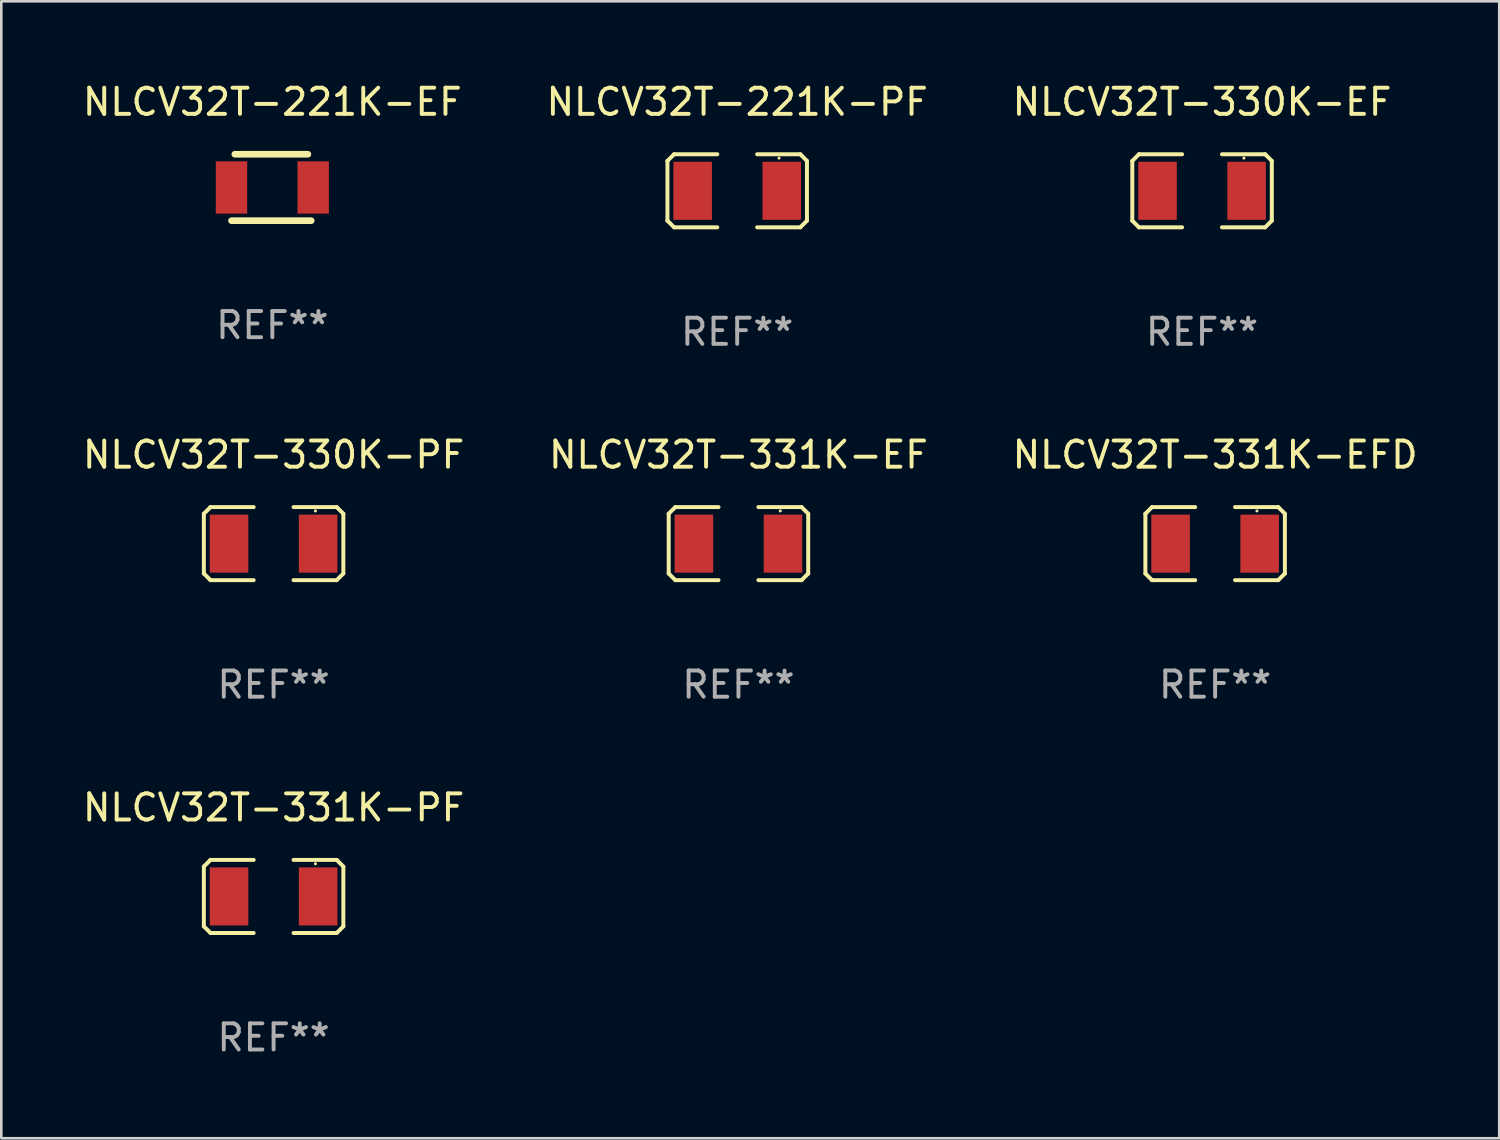
<source format=kicad_pcb>
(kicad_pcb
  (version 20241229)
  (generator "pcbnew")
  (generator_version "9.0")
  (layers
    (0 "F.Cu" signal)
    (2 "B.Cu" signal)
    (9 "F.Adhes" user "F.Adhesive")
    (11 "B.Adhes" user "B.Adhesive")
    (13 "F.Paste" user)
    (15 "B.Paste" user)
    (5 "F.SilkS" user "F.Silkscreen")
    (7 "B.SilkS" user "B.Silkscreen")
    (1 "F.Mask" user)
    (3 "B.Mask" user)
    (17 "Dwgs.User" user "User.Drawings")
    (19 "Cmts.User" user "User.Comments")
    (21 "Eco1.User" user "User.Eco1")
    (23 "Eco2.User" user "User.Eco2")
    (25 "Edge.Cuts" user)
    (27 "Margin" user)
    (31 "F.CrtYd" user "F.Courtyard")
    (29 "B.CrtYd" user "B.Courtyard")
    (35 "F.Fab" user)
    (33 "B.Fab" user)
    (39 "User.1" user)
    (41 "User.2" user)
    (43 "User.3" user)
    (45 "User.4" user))
  (footprint "NLCV32T-331K-EF"
    (layer "F.Cu")
    (at 25.185 17.736)
    (property "Reference" "NLCV32T-331K-EF" (at 0 -3.397 0) (layer "F.SilkS") (effects (font (size 1 1) (thickness 0.15))))
    (attr through_hole)
    (fp_line (start -2.667 -1.143) (end -2.413 -1.397) (stroke (width 0.152) (type solid)) (layer "F.SilkS"))
    (fp_line (start -2.667 1.143) (end -2.667 -1.143) (stroke (width 0.152) (type solid)) (layer "F.SilkS"))
    (fp_line (start -2.413 -1.397) (end -0.762 -1.397) (stroke (width 0.152) (type solid)) (layer "F.SilkS"))
    (fp_line (start -2.413 1.397) (end -2.667 1.143) (stroke (width 0.152) (type solid)) (layer "F.SilkS"))
    (fp_line (start -0.762 1.397) (end -2.413 1.397) (stroke (width 0.152) (type solid)) (layer "F.SilkS"))
    (fp_line (start 0.762 -1.397) (end 2.413 -1.397) (stroke (width 0.152) (type solid)) (layer "F.SilkS"))
    (fp_line (start 2.413 -1.397) (end 2.667 -1.143) (stroke (width 0.152) (type solid)) (layer "F.SilkS"))
    (fp_line (start 2.413 1.397) (end 0.762 1.397) (stroke (width 0.152) (type solid)) (layer "F.SilkS"))
    (fp_line (start 2.667 -1.143) (end 2.667 1.143) (stroke (width 0.152) (type solid)) (layer "F.SilkS"))
    (fp_line (start 2.667 1.143) (end 2.413 1.397) (stroke (width 0.152) (type solid)) (layer "F.SilkS"))
    (fp_circle (center 1.6 -1.25) (end 1.63 -1.25) (stroke (width 0.06) (type solid)) (fill no) (layer "F.SilkS"))
    (fp_text user "REF**" (at 0 5.397 0) (layer "F.Fab") (effects (font (size 1 1) (thickness 0.15))))
    (pad "1" smd rect (at 1.703 0) (size 1.474 2.22) (layers "F.Cu" "F.Mask" "F.Paste"))
    (pad "2" smd rect (at -1.703 0) (size 1.474 2.22) (layers "F.Cu" "F.Mask" "F.Paste")))
  (footprint "NLCV32T-330K-PF"
    (layer "F.Cu")
    (at 7.411 17.736)
    (property "Reference" "NLCV32T-330K-PF" (at 0 -3.397 0) (layer "F.SilkS") (effects (font (size 1 1) (thickness 0.15))))
    (attr through_hole)
    (fp_line (start -2.667 -1.143) (end -2.413 -1.397) (stroke (width 0.152) (type solid)) (layer "F.SilkS"))
    (fp_line (start -2.667 1.143) (end -2.667 -1.143) (stroke (width 0.152) (type solid)) (layer "F.SilkS"))
    (fp_line (start -2.413 -1.397) (end -0.762 -1.397) (stroke (width 0.152) (type solid)) (layer "F.SilkS"))
    (fp_line (start -2.413 1.397) (end -2.667 1.143) (stroke (width 0.152) (type solid)) (layer "F.SilkS"))
    (fp_line (start -0.762 1.397) (end -2.413 1.397) (stroke (width 0.152) (type solid)) (layer "F.SilkS"))
    (fp_line (start 0.762 -1.397) (end 2.413 -1.397) (stroke (width 0.152) (type solid)) (layer "F.SilkS"))
    (fp_line (start 2.413 -1.397) (end 2.667 -1.143) (stroke (width 0.152) (type solid)) (layer "F.SilkS"))
    (fp_line (start 2.413 1.397) (end 0.762 1.397) (stroke (width 0.152) (type solid)) (layer "F.SilkS"))
    (fp_line (start 2.667 -1.143) (end 2.667 1.143) (stroke (width 0.152) (type solid)) (layer "F.SilkS"))
    (fp_line (start 2.667 1.143) (end 2.413 1.397) (stroke (width 0.152) (type solid)) (layer "F.SilkS"))
    (fp_circle (center 1.6 -1.25) (end 1.63 -1.25) (stroke (width 0.06) (type solid)) (fill no) (layer "F.SilkS"))
    (fp_text user "REF**" (at 0 5.397 0) (layer "F.Fab") (effects (font (size 1 1) (thickness 0.15))))
    (pad "1" smd rect (at 1.703 0) (size 1.474 2.22) (layers "F.Cu" "F.Mask" "F.Paste"))
    (pad "2" smd rect (at -1.703 0) (size 1.474 2.22) (layers "F.Cu" "F.Mask" "F.Paste")))
  (footprint "NLCV32T-331K-EFD"
    (layer "F.Cu")
    (at 43.411 17.736)
    (property "Reference" "NLCV32T-331K-EFD" (at 0 -3.397 0) (layer "F.SilkS") (effects (font (size 1 1) (thickness 0.15))))
    (attr through_hole)
    (fp_line (start -2.667 -1.143) (end -2.413 -1.397) (stroke (width 0.152) (type solid)) (layer "F.SilkS"))
    (fp_line (start -2.667 1.143) (end -2.667 -1.143) (stroke (width 0.152) (type solid)) (layer "F.SilkS"))
    (fp_line (start -2.413 -1.397) (end -0.762 -1.397) (stroke (width 0.152) (type solid)) (layer "F.SilkS"))
    (fp_line (start -2.413 1.397) (end -2.667 1.143) (stroke (width 0.152) (type solid)) (layer "F.SilkS"))
    (fp_line (start -0.762 1.397) (end -2.413 1.397) (stroke (width 0.152) (type solid)) (layer "F.SilkS"))
    (fp_line (start 0.762 -1.397) (end 2.413 -1.397) (stroke (width 0.152) (type solid)) (layer "F.SilkS"))
    (fp_line (start 2.413 -1.397) (end 2.667 -1.143) (stroke (width 0.152) (type solid)) (layer "F.SilkS"))
    (fp_line (start 2.413 1.397) (end 0.762 1.397) (stroke (width 0.152) (type solid)) (layer "F.SilkS"))
    (fp_line (start 2.667 -1.143) (end 2.667 1.143) (stroke (width 0.152) (type solid)) (layer "F.SilkS"))
    (fp_line (start 2.667 1.143) (end 2.413 1.397) (stroke (width 0.152) (type solid)) (layer "F.SilkS"))
    (fp_circle (center 1.6 -1.25) (end 1.63 -1.25) (stroke (width 0.06) (type solid)) (fill no) (layer "F.SilkS"))
    (fp_text user "REF**" (at 0 5.397 0) (layer "F.Fab") (effects (font (size 1 1) (thickness 0.15))))
    (pad "1" smd rect (at 1.703 0) (size 1.474 2.22) (layers "F.Cu" "F.Mask" "F.Paste"))
    (pad "2" smd rect (at -1.703 0) (size 1.474 2.22) (layers "F.Cu" "F.Mask" "F.Paste")))
  (footprint "NLCV32T-330K-EF"
    (layer "F.Cu")
    (at 42.911 4.245)
    (property "Reference" "NLCV32T-330K-EF" (at 0 -3.397 0) (layer "F.SilkS") (effects (font (size 1 1) (thickness 0.15))))
    (attr through_hole)
    (fp_line (start -2.667 -1.143) (end -2.413 -1.397) (stroke (width 0.152) (type solid)) (layer "F.SilkS"))
    (fp_line (start -2.667 1.143) (end -2.667 -1.143) (stroke (width 0.152) (type solid)) (layer "F.SilkS"))
    (fp_line (start -2.413 -1.397) (end -0.762 -1.397) (stroke (width 0.152) (type solid)) (layer "F.SilkS"))
    (fp_line (start -2.413 1.397) (end -2.667 1.143) (stroke (width 0.152) (type solid)) (layer "F.SilkS"))
    (fp_line (start -0.762 1.397) (end -2.413 1.397) (stroke (width 0.152) (type solid)) (layer "F.SilkS"))
    (fp_line (start 0.762 -1.397) (end 2.413 -1.397) (stroke (width 0.152) (type solid)) (layer "F.SilkS"))
    (fp_line (start 2.413 -1.397) (end 2.667 -1.143) (stroke (width 0.152) (type solid)) (layer "F.SilkS"))
    (fp_line (start 2.413 1.397) (end 0.762 1.397) (stroke (width 0.152) (type solid)) (layer "F.SilkS"))
    (fp_line (start 2.667 -1.143) (end 2.667 1.143) (stroke (width 0.152) (type solid)) (layer "F.SilkS"))
    (fp_line (start 2.667 1.143) (end 2.413 1.397) (stroke (width 0.152) (type solid)) (layer "F.SilkS"))
    (fp_circle (center 1.6 -1.25) (end 1.63 -1.25) (stroke (width 0.06) (type solid)) (fill no) (layer "F.SilkS"))
    (fp_text user "REF**" (at 0 5.397 0) (layer "F.Fab") (effects (font (size 1 1) (thickness 0.15))))
    (pad "1" smd rect (at 1.703 0) (size 1.474 2.22) (layers "F.Cu" "F.Mask" "F.Paste"))
    (pad "2" smd rect (at -1.703 0) (size 1.474 2.22) (layers "F.Cu" "F.Mask" "F.Paste")))
  (footprint "NLCV32T-221K-EF"
    (layer "F.Cu")
    (at 7.363 4.118)
    (property "Reference" "NLCV32T-221K-EF" (at 0 -3.27 0) (layer "F.SilkS") (effects (font (size 1 1) (thickness 0.15))))
    (attr through_hole)
    (fp_line (start -1.562 1.27) (end 1.486 1.27) (stroke (width 0.254) (type solid)) (layer "F.SilkS"))
    (fp_line (start -1.435 -1.27) (end 1.359 -1.27) (stroke (width 0.254) (type solid)) (layer "F.SilkS"))
    (fp_circle (center -1.6 1.25) (end -1.57 1.25) (stroke (width 0.06) (type solid)) (fill no) (layer "F.SilkS"))
    (fp_text user "REF**" (at 0 5.27 0) (layer "F.Fab") (effects (font (size 1 1) (thickness 0.15))))
    (pad "1" smd rect (at -1.562 0 180) (size 1.2 2) (layers "F.Cu" "F.Mask" "F.Paste"))
    (pad "2" smd rect (at 1.562 0 180) (size 1.2 2) (layers "F.Cu" "F.Mask" "F.Paste")))
  (footprint "NLCV32T-331K-PF"
    (layer "F.Cu")
    (at 7.411 31.226)
    (property "Reference" "NLCV32T-331K-PF" (at 0 -3.397 0) (layer "F.SilkS") (effects (font (size 1 1) (thickness 0.15))))
    (attr through_hole)
    (fp_line (start -2.667 -1.143) (end -2.413 -1.397) (stroke (width 0.152) (type solid)) (layer "F.SilkS"))
    (fp_line (start -2.667 1.143) (end -2.667 -1.143) (stroke (width 0.152) (type solid)) (layer "F.SilkS"))
    (fp_line (start -2.413 -1.397) (end -0.762 -1.397) (stroke (width 0.152) (type solid)) (layer "F.SilkS"))
    (fp_line (start -2.413 1.397) (end -2.667 1.143) (stroke (width 0.152) (type solid)) (layer "F.SilkS"))
    (fp_line (start -0.762 1.397) (end -2.413 1.397) (stroke (width 0.152) (type solid)) (layer "F.SilkS"))
    (fp_line (start 0.762 -1.397) (end 2.413 -1.397) (stroke (width 0.152) (type solid)) (layer "F.SilkS"))
    (fp_line (start 2.413 -1.397) (end 2.667 -1.143) (stroke (width 0.152) (type solid)) (layer "F.SilkS"))
    (fp_line (start 2.413 1.397) (end 0.762 1.397) (stroke (width 0.152) (type solid)) (layer "F.SilkS"))
    (fp_line (start 2.667 -1.143) (end 2.667 1.143) (stroke (width 0.152) (type solid)) (layer "F.SilkS"))
    (fp_line (start 2.667 1.143) (end 2.413 1.397) (stroke (width 0.152) (type solid)) (layer "F.SilkS"))
    (fp_circle (center 1.6 -1.25) (end 1.63 -1.25) (stroke (width 0.06) (type solid)) (fill no) (layer "F.SilkS"))
    (fp_text user "REF**" (at 0 5.397 0) (layer "F.Fab") (effects (font (size 1 1) (thickness 0.15))))
    (pad "1" smd rect (at 1.703 0) (size 1.474 2.22) (layers "F.Cu" "F.Mask" "F.Paste"))
    (pad "2" smd rect (at -1.703 0) (size 1.474 2.22) (layers "F.Cu" "F.Mask" "F.Paste")))
  (footprint "NLCV32T-221K-PF"
    (layer "F.Cu")
    (at 25.137 4.245)
    (property "Reference" "NLCV32T-221K-PF" (at 0 -3.397 0) (layer "F.SilkS") (effects (font (size 1 1) (thickness 0.15))))
    (attr through_hole)
    (fp_line (start -2.667 -1.143) (end -2.413 -1.397) (stroke (width 0.152) (type solid)) (layer "F.SilkS"))
    (fp_line (start -2.667 1.143) (end -2.667 -1.143) (stroke (width 0.152) (type solid)) (layer "F.SilkS"))
    (fp_line (start -2.413 -1.397) (end -0.762 -1.397) (stroke (width 0.152) (type solid)) (layer "F.SilkS"))
    (fp_line (start -2.413 1.397) (end -2.667 1.143) (stroke (width 0.152) (type solid)) (layer "F.SilkS"))
    (fp_line (start -0.762 1.397) (end -2.413 1.397) (stroke (width 0.152) (type solid)) (layer "F.SilkS"))
    (fp_line (start 0.762 -1.397) (end 2.413 -1.397) (stroke (width 0.152) (type solid)) (layer "F.SilkS"))
    (fp_line (start 2.413 -1.397) (end 2.667 -1.143) (stroke (width 0.152) (type solid)) (layer "F.SilkS"))
    (fp_line (start 2.413 1.397) (end 0.762 1.397) (stroke (width 0.152) (type solid)) (layer "F.SilkS"))
    (fp_line (start 2.667 -1.143) (end 2.667 1.143) (stroke (width 0.152) (type solid)) (layer "F.SilkS"))
    (fp_line (start 2.667 1.143) (end 2.413 1.397) (stroke (width 0.152) (type solid)) (layer "F.SilkS"))
    (fp_circle (center 1.6 -1.25) (end 1.63 -1.25) (stroke (width 0.06) (type solid)) (fill no) (layer "F.SilkS"))
    (fp_text user "REF**" (at 0 5.397 0) (layer "F.Fab") (effects (font (size 1 1) (thickness 0.15))))
    (pad "1" smd rect (at 1.703 0) (size 1.474 2.22) (layers "F.Cu" "F.Mask" "F.Paste"))
    (pad "2" smd rect (at -1.703 0) (size 1.474 2.22) (layers "F.Cu" "F.Mask" "F.Paste")))
  (gr_rect
    (start -3 -3)
    (end 54.274 40.472)
    (stroke (width 0.1) (type default))
    (fill no)
    (layer "Edge.Cuts")))
</source>
